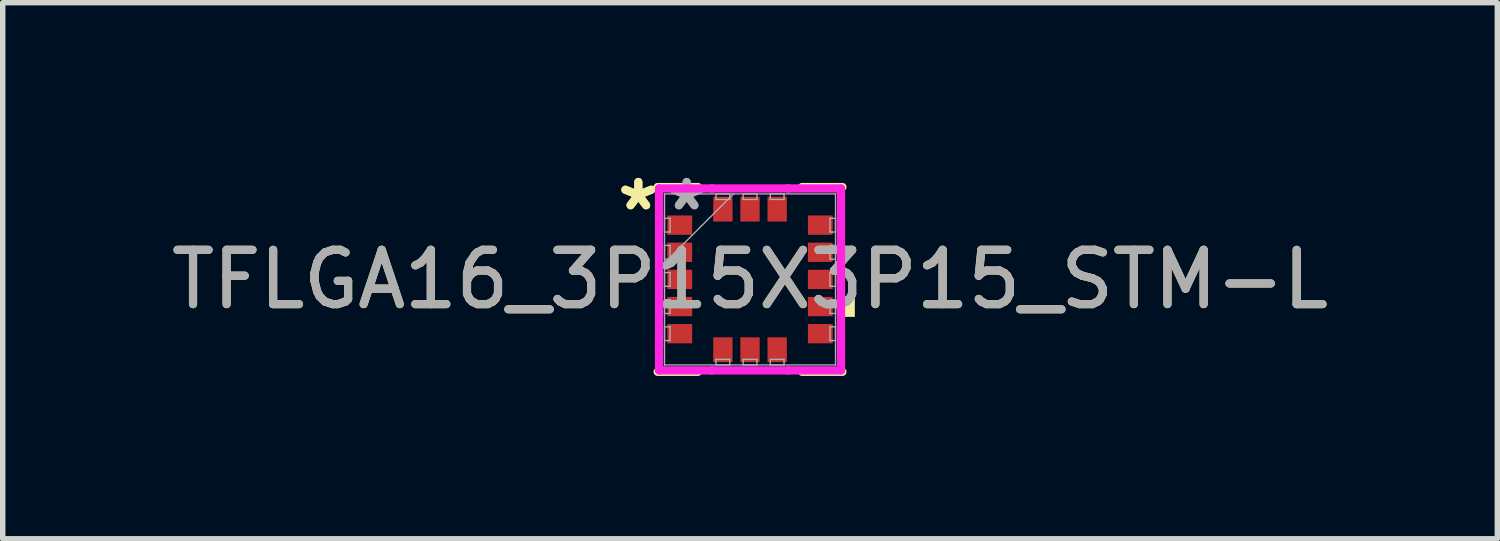
<source format=kicad_pcb>
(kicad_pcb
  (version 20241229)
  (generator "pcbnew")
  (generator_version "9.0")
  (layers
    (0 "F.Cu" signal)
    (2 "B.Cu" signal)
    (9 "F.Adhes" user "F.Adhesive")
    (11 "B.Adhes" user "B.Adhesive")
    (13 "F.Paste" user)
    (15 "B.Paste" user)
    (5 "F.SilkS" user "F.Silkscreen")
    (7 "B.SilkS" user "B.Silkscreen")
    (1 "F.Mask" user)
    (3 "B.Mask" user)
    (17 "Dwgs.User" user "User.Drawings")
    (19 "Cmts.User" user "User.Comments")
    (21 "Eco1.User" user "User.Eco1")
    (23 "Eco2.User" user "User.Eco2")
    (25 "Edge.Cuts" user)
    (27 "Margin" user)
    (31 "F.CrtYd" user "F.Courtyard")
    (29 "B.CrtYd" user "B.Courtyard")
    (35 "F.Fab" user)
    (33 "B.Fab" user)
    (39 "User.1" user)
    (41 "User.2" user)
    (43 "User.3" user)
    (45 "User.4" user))
  (footprint "TFLGA16_3P15X3P15_STM-L"
    (layer "F.Cu")
    (at 10.768 2.098)
    (property "Reference" "TFLGA16_3P15X3P15_STM-L" (at 0 0 0) (unlocked yes) (layer "F.SilkS") (effects (font (size 1 1) (thickness 0.15))))
    (attr smd)
    (fp_line (start -1.702 1.702) (end -0.959 1.702) (stroke (width 0.152) (type solid)) (layer "F.SilkS"))
    (fp_line (start -0.959 -1.702) (end -1.702 -1.702) (stroke (width 0.152) (type solid)) (layer "F.SilkS"))
    (fp_line (start 0.959 1.702) (end 1.702 1.702) (stroke (width 0.152) (type solid)) (layer "F.SilkS"))
    (fp_line (start 1.702 -1.702) (end 0.959 -1.702) (stroke (width 0.152) (type solid)) (layer "F.SilkS"))
    (fp_poly (pts (xy 1.931 0.309) (xy 1.931 0.69) (xy 1.677 0.69) (xy 1.677 0.309)) (stroke (width 0) (type solid)) (fill yes) (layer "F.SilkS"))
    (fp_line (start -1.676 -1.676) (end -0.704 -1.676) (stroke (width 0.152) (type solid)) (layer "F.CrtYd"))
    (fp_line (start -1.676 -1.204) (end -1.676 -1.676) (stroke (width 0.152) (type solid)) (layer "F.CrtYd"))
    (fp_line (start -1.676 -1.204) (end -1.676 -1.204) (stroke (width 0.152) (type solid)) (layer "F.CrtYd"))
    (fp_line (start -1.676 1.204) (end -1.676 -1.204) (stroke (width 0.152) (type solid)) (layer "F.CrtYd"))
    (fp_line (start -1.676 1.204) (end -1.676 1.204) (stroke (width 0.152) (type solid)) (layer "F.CrtYd"))
    (fp_line (start -1.676 1.676) (end -1.676 1.204) (stroke (width 0.152) (type solid)) (layer "F.CrtYd"))
    (fp_line (start -0.704 -1.676) (end -0.704 -1.676) (stroke (width 0.152) (type solid)) (layer "F.CrtYd"))
    (fp_line (start -0.704 -1.676) (end 0.704 -1.676) (stroke (width 0.152) (type solid)) (layer "F.CrtYd"))
    (fp_line (start -0.704 1.676) (end -1.676 1.676) (stroke (width 0.152) (type solid)) (layer "F.CrtYd"))
    (fp_line (start -0.704 1.676) (end -0.704 1.676) (stroke (width 0.152) (type solid)) (layer "F.CrtYd"))
    (fp_line (start 0.704 -1.676) (end 0.704 -1.676) (stroke (width 0.152) (type solid)) (layer "F.CrtYd"))
    (fp_line (start 0.704 -1.676) (end 1.676 -1.676) (stroke (width 0.152) (type solid)) (layer "F.CrtYd"))
    (fp_line (start 0.704 1.676) (end -0.704 1.676) (stroke (width 0.152) (type solid)) (layer "F.CrtYd"))
    (fp_line (start 0.704 1.676) (end 0.704 1.676) (stroke (width 0.152) (type solid)) (layer "F.CrtYd"))
    (fp_line (start 1.676 -1.676) (end 1.676 -1.204) (stroke (width 0.152) (type solid)) (layer "F.CrtYd"))
    (fp_line (start 1.676 -1.204) (end 1.676 -1.204) (stroke (width 0.152) (type solid)) (layer "F.CrtYd"))
    (fp_line (start 1.676 -1.204) (end 1.676 1.204) (stroke (width 0.152) (type solid)) (layer "F.CrtYd"))
    (fp_line (start 1.676 1.204) (end 1.676 1.204) (stroke (width 0.152) (type solid)) (layer "F.CrtYd"))
    (fp_line (start 1.676 1.204) (end 1.676 1.676) (stroke (width 0.152) (type solid)) (layer "F.CrtYd"))
    (fp_line (start 1.676 1.676) (end 0.704 1.676) (stroke (width 0.152) (type solid)) (layer "F.CrtYd"))
    (fp_line (start -1.575 -1.575) (end -1.575 -1.575) (stroke (width 0.025) (type solid)) (layer "F.Fab"))
    (fp_line (start -1.575 -1.575) (end -1.575 1.575) (stroke (width 0.025) (type solid)) (layer "F.Fab"))
    (fp_line (start -1.575 -1.127) (end -1.473 -1.127) (stroke (width 0.025) (type solid)) (layer "F.Fab"))
    (fp_line (start -1.575 -0.873) (end -1.575 -1.127) (stroke (width 0.025) (type solid)) (layer "F.Fab"))
    (fp_line (start -1.575 -0.627) (end -1.473 -0.627) (stroke (width 0.025) (type solid)) (layer "F.Fab"))
    (fp_line (start -1.575 -0.373) (end -1.575 -0.627) (stroke (width 0.025) (type solid)) (layer "F.Fab"))
    (fp_line (start -1.575 -0.305) (end -0.305 -1.575) (stroke (width 0.025) (type solid)) (layer "F.Fab"))
    (fp_line (start -1.575 -0.127) (end -1.473 -0.127) (stroke (width 0.025) (type solid)) (layer "F.Fab"))
    (fp_line (start -1.575 0.127) (end -1.575 -0.127) (stroke (width 0.025) (type solid)) (layer "F.Fab"))
    (fp_line (start -1.575 0.373) (end -1.473 0.373) (stroke (width 0.025) (type solid)) (layer "F.Fab"))
    (fp_line (start -1.575 0.627) (end -1.575 0.373) (stroke (width 0.025) (type solid)) (layer "F.Fab"))
    (fp_line (start -1.575 0.873) (end -1.473 0.873) (stroke (width 0.025) (type solid)) (layer "F.Fab"))
    (fp_line (start -1.575 1.127) (end -1.575 0.873) (stroke (width 0.025) (type solid)) (layer "F.Fab"))
    (fp_line (start -1.575 1.575) (end -1.575 1.575) (stroke (width 0.025) (type solid)) (layer "F.Fab"))
    (fp_line (start -1.575 1.575) (end 1.575 1.575) (stroke (width 0.025) (type solid)) (layer "F.Fab"))
    (fp_line (start -1.473 -1.127) (end -1.473 -0.873) (stroke (width 0.025) (type solid)) (layer "F.Fab"))
    (fp_line (start -1.473 -0.873) (end -1.575 -0.873) (stroke (width 0.025) (type solid)) (layer "F.Fab"))
    (fp_line (start -1.473 -0.627) (end -1.473 -0.373) (stroke (width 0.025) (type solid)) (layer "F.Fab"))
    (fp_line (start -1.473 -0.373) (end -1.575 -0.373) (stroke (width 0.025) (type solid)) (layer "F.Fab"))
    (fp_line (start -1.473 -0.127) (end -1.473 0.127) (stroke (width 0.025) (type solid)) (layer "F.Fab"))
    (fp_line (start -1.473 0.127) (end -1.575 0.127) (stroke (width 0.025) (type solid)) (layer "F.Fab"))
    (fp_line (start -1.473 0.373) (end -1.473 0.627) (stroke (width 0.025) (type solid)) (layer "F.Fab"))
    (fp_line (start -1.473 0.627) (end -1.575 0.627) (stroke (width 0.025) (type solid)) (layer "F.Fab"))
    (fp_line (start -1.473 0.873) (end -1.473 1.127) (stroke (width 0.025) (type solid)) (layer "F.Fab"))
    (fp_line (start -1.473 1.127) (end -1.575 1.127) (stroke (width 0.025) (type solid)) (layer "F.Fab"))
    (fp_line (start -0.627 -1.575) (end -0.373 -1.575) (stroke (width 0.025) (type solid)) (layer "F.Fab"))
    (fp_line (start -0.627 -1.473) (end -0.627 -1.575) (stroke (width 0.025) (type solid)) (layer "F.Fab"))
    (fp_line (start -0.627 1.473) (end -0.373 1.473) (stroke (width 0.025) (type solid)) (layer "F.Fab"))
    (fp_line (start -0.627 1.575) (end -0.627 1.473) (stroke (width 0.025) (type solid)) (layer "F.Fab"))
    (fp_line (start -0.373 -1.575) (end -0.373 -1.473) (stroke (width 0.025) (type solid)) (layer "F.Fab"))
    (fp_line (start -0.373 -1.473) (end -0.627 -1.473) (stroke (width 0.025) (type solid)) (layer "F.Fab"))
    (fp_line (start -0.373 1.473) (end -0.373 1.575) (stroke (width 0.025) (type solid)) (layer "F.Fab"))
    (fp_line (start -0.373 1.575) (end -0.627 1.575) (stroke (width 0.025) (type solid)) (layer "F.Fab"))
    (fp_line (start -0.127 -1.575) (end 0.127 -1.575) (stroke (width 0.025) (type solid)) (layer "F.Fab"))
    (fp_line (start -0.127 -1.473) (end -0.127 -1.575) (stroke (width 0.025) (type solid)) (layer "F.Fab"))
    (fp_line (start -0.127 1.473) (end 0.127 1.473) (stroke (width 0.025) (type solid)) (layer "F.Fab"))
    (fp_line (start -0.127 1.575) (end -0.127 1.473) (stroke (width 0.025) (type solid)) (layer "F.Fab"))
    (fp_line (start 0.127 -1.575) (end 0.127 -1.473) (stroke (width 0.025) (type solid)) (layer "F.Fab"))
    (fp_line (start 0.127 -1.473) (end -0.127 -1.473) (stroke (width 0.025) (type solid)) (layer "F.Fab"))
    (fp_line (start 0.127 1.473) (end 0.127 1.575) (stroke (width 0.025) (type solid)) (layer "F.Fab"))
    (fp_line (start 0.127 1.575) (end -0.127 1.575) (stroke (width 0.025) (type solid)) (layer "F.Fab"))
    (fp_line (start 0.373 -1.575) (end 0.627 -1.575) (stroke (width 0.025) (type solid)) (layer "F.Fab"))
    (fp_line (start 0.373 -1.473) (end 0.373 -1.575) (stroke (width 0.025) (type solid)) (layer "F.Fab"))
    (fp_line (start 0.373 1.473) (end 0.627 1.473) (stroke (width 0.025) (type solid)) (layer "F.Fab"))
    (fp_line (start 0.373 1.575) (end 0.373 1.473) (stroke (width 0.025) (type solid)) (layer "F.Fab"))
    (fp_line (start 0.627 -1.575) (end 0.627 -1.473) (stroke (width 0.025) (type solid)) (layer "F.Fab"))
    (fp_line (start 0.627 -1.473) (end 0.373 -1.473) (stroke (width 0.025) (type solid)) (layer "F.Fab"))
    (fp_line (start 0.627 1.473) (end 0.627 1.575) (stroke (width 0.025) (type solid)) (layer "F.Fab"))
    (fp_line (start 0.627 1.575) (end 0.373 1.575) (stroke (width 0.025) (type solid)) (layer "F.Fab"))
    (fp_line (start 1.473 -1.127) (end 1.575 -1.127) (stroke (width 0.025) (type solid)) (layer "F.Fab"))
    (fp_line (start 1.473 -0.873) (end 1.473 -1.127) (stroke (width 0.025) (type solid)) (layer "F.Fab"))
    (fp_line (start 1.473 -0.627) (end 1.575 -0.627) (stroke (width 0.025) (type solid)) (layer "F.Fab"))
    (fp_line (start 1.473 -0.373) (end 1.473 -0.627) (stroke (width 0.025) (type solid)) (layer "F.Fab"))
    (fp_line (start 1.473 -0.127) (end 1.575 -0.127) (stroke (width 0.025) (type solid)) (layer "F.Fab"))
    (fp_line (start 1.473 0.127) (end 1.473 -0.127) (stroke (width 0.025) (type solid)) (layer "F.Fab"))
    (fp_line (start 1.473 0.373) (end 1.575 0.373) (stroke (width 0.025) (type solid)) (layer "F.Fab"))
    (fp_line (start 1.473 0.627) (end 1.473 0.373) (stroke (width 0.025) (type solid)) (layer "F.Fab"))
    (fp_line (start 1.473 0.873) (end 1.575 0.873) (stroke (width 0.025) (type solid)) (layer "F.Fab"))
    (fp_line (start 1.473 1.127) (end 1.473 0.873) (stroke (width 0.025) (type solid)) (layer "F.Fab"))
    (fp_line (start 1.575 -1.575) (end -1.575 -1.575) (stroke (width 0.025) (type solid)) (layer "F.Fab"))
    (fp_line (start 1.575 -1.575) (end 1.575 -1.575) (stroke (width 0.025) (type solid)) (layer "F.Fab"))
    (fp_line (start 1.575 -1.127) (end 1.575 -0.873) (stroke (width 0.025) (type solid)) (layer "F.Fab"))
    (fp_line (start 1.575 -0.873) (end 1.473 -0.873) (stroke (width 0.025) (type solid)) (layer "F.Fab"))
    (fp_line (start 1.575 -0.627) (end 1.575 -0.373) (stroke (width 0.025) (type solid)) (layer "F.Fab"))
    (fp_line (start 1.575 -0.373) (end 1.473 -0.373) (stroke (width 0.025) (type solid)) (layer "F.Fab"))
    (fp_line (start 1.575 -0.127) (end 1.575 0.127) (stroke (width 0.025) (type solid)) (layer "F.Fab"))
    (fp_line (start 1.575 0.127) (end 1.473 0.127) (stroke (width 0.025) (type solid)) (layer "F.Fab"))
    (fp_line (start 1.575 0.373) (end 1.575 0.627) (stroke (width 0.025) (type solid)) (layer "F.Fab"))
    (fp_line (start 1.575 0.627) (end 1.473 0.627) (stroke (width 0.025) (type solid)) (layer "F.Fab"))
    (fp_line (start 1.575 0.873) (end 1.575 1.127) (stroke (width 0.025) (type solid)) (layer "F.Fab"))
    (fp_line (start 1.575 1.127) (end 1.473 1.127) (stroke (width 0.025) (type solid)) (layer "F.Fab"))
    (fp_line (start 1.575 1.575) (end 1.575 -1.575) (stroke (width 0.025) (type solid)) (layer "F.Fab"))
    (fp_line (start 1.575 1.575) (end 1.575 1.575) (stroke (width 0.025) (type solid)) (layer "F.Fab"))
    (fp_text user "*" (at -2.058 -1.25 0) (unlocked yes) (layer "F.SilkS") (effects (font (size 1 1) (thickness 0.15))))
    (fp_text user "*" (at -2.058 -1.25 0) (layer "F.SilkS") (effects (font (size 1 1) (thickness 0.15))))
    (fp_text user "${REFERENCE}" (at 0 0 0) (unlocked yes) (layer "F.Fab") (effects (font (size 1 1) (thickness 0.15))))
    (fp_text user "*" (at -1.168 -1.25 0) (layer "F.Fab") (effects (font (size 1 1) (thickness 0.15))))
    (fp_text user "*" (at -1.168 -1.25 0) (unlocked yes) (layer "F.Fab") (effects (font (size 1 1) (thickness 0.15))))
    (pad "1" smd rect (at -1.295 -1 90) (size 0.356 0.457) (layers "F.Cu" "F.Mask" "F.Paste"))
    (pad "2" smd rect (at -1.295 -0.5 90) (size 0.356 0.457) (layers "F.Cu" "F.Mask" "F.Paste"))
    (pad "3" smd rect (at -1.295 0 90) (size 0.356 0.457) (layers "F.Cu" "F.Mask" "F.Paste"))
    (pad "4" smd rect (at -1.295 0.5 90) (size 0.356 0.457) (layers "F.Cu" "F.Mask" "F.Paste"))
    (pad "5" smd rect (at -1.295 1 90) (size 0.356 0.457) (layers "F.Cu" "F.Mask" "F.Paste"))
    (pad "6" smd rect (at -0.5 1.295) (size 0.356 0.457) (layers "F.Cu" "F.Mask" "F.Paste"))
    (pad "7" smd rect (at 0 1.295) (size 0.356 0.457) (layers "F.Cu" "F.Mask" "F.Paste"))
    (pad "8" smd rect (at 0.5 1.295) (size 0.356 0.457) (layers "F.Cu" "F.Mask" "F.Paste"))
    (pad "9" smd rect (at 1.295 1 90) (size 0.356 0.457) (layers "F.Cu" "F.Mask" "F.Paste"))
    (pad "10" smd rect (at 1.295 0.5 90) (size 0.356 0.457) (layers "F.Cu" "F.Mask" "F.Paste"))
    (pad "11" smd rect (at 1.295 0 90) (size 0.356 0.457) (layers "F.Cu" "F.Mask" "F.Paste"))
    (pad "12" smd rect (at 1.295 -0.5 90) (size 0.356 0.457) (layers "F.Cu" "F.Mask" "F.Paste"))
    (pad "13" smd rect (at 1.295 -1 90) (size 0.356 0.457) (layers "F.Cu" "F.Mask" "F.Paste"))
    (pad "14" smd rect (at 0.5 -1.295) (size 0.356 0.457) (layers "F.Cu" "F.Mask" "F.Paste"))
    (pad "15" smd rect (at 0 -1.295) (size 0.356 0.457) (layers "F.Cu" "F.Mask" "F.Paste"))
    (pad "16" smd rect (at -0.5 -1.295) (size 0.356 0.457) (layers "F.Cu" "F.Mask" "F.Paste")))
  (gr_rect
    (start -3 -3)
    (end 24.536 6.876)
    (stroke (width 0.1) (type default))
    (fill no)
    (layer "Edge.Cuts")))
</source>
